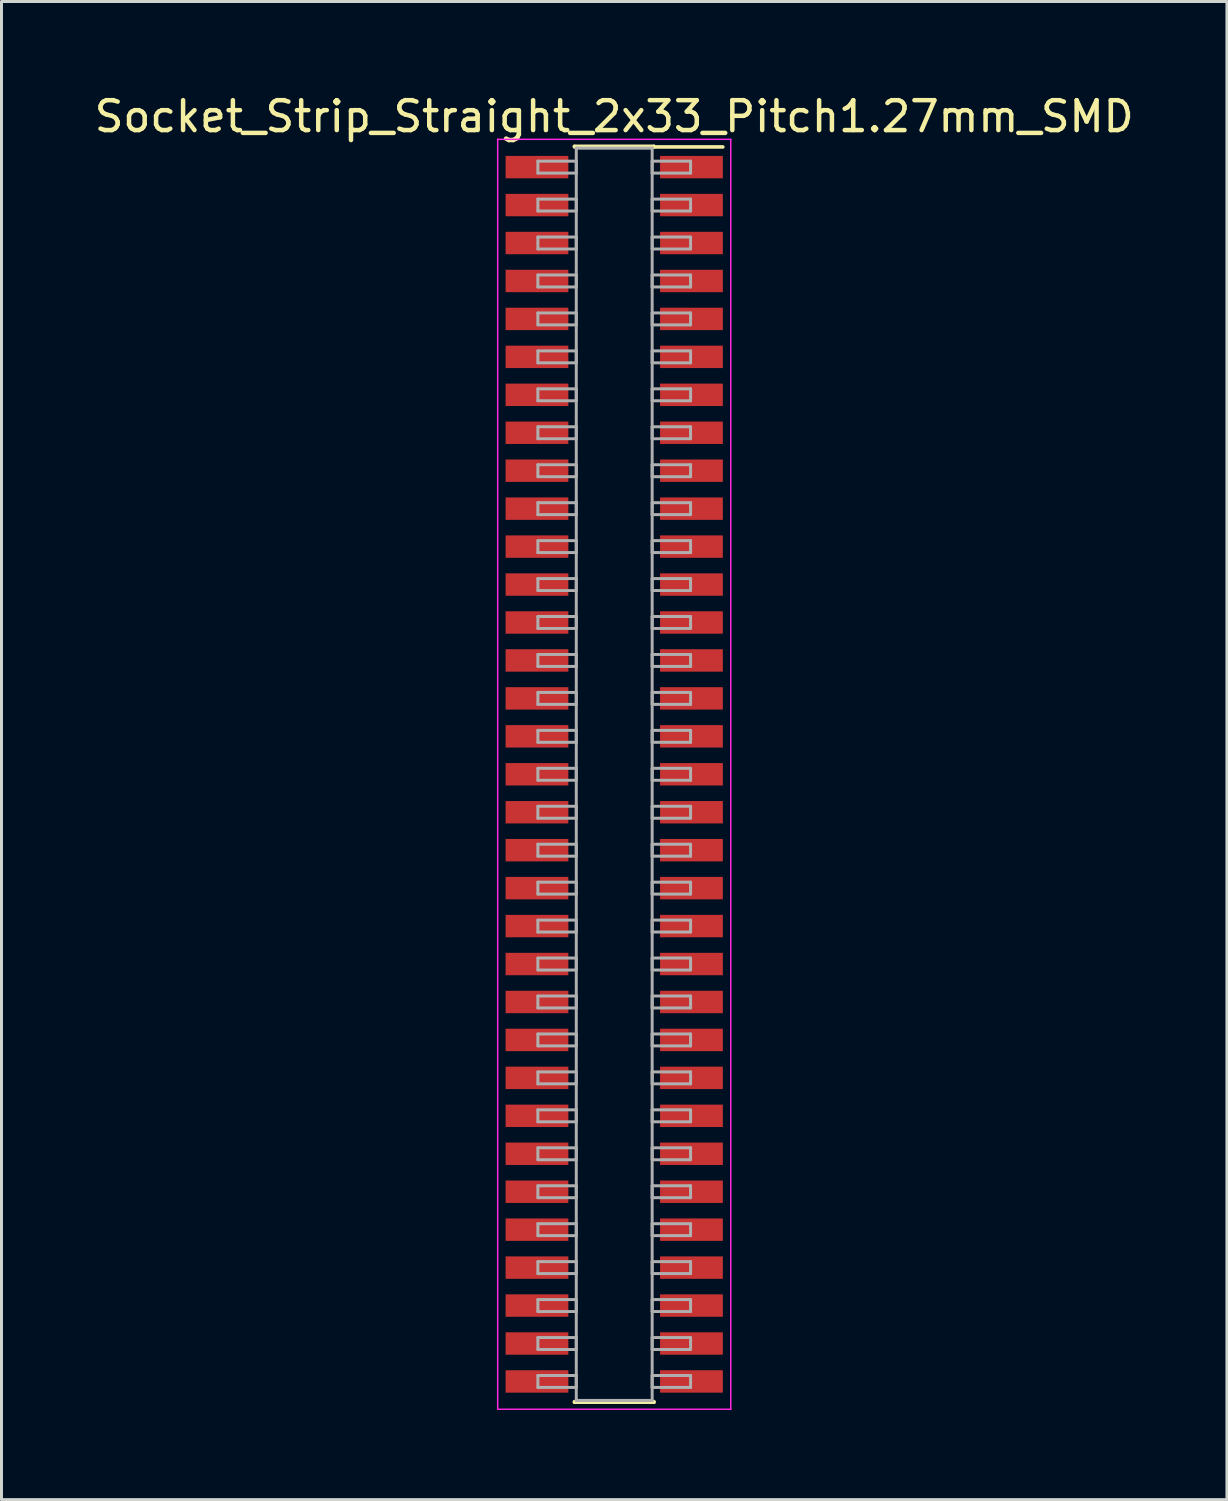
<source format=kicad_pcb>
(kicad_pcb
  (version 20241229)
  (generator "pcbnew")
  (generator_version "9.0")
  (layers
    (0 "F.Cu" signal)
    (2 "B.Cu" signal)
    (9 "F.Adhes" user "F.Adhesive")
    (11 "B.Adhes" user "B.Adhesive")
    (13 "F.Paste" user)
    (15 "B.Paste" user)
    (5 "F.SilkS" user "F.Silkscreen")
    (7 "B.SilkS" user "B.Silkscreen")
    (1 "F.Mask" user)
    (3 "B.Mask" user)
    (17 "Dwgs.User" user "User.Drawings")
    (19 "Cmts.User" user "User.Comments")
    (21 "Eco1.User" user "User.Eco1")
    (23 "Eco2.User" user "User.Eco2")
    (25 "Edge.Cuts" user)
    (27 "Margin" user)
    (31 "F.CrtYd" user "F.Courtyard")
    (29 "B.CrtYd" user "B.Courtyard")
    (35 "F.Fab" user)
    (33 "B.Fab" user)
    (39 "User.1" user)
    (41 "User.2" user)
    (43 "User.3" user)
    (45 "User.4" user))
  (footprint "Socket_Strip_Straight_2x33_Pitch1.27mm_SMD"
    (layer "F.Cu")
    (at 17.506 22.863)
    (property "Reference" "Socket_Strip_Straight_2x33_Pitch1.27mm_SMD" (at 0 -22.015 0) (layer "F.SilkS") (effects (font (size 1 1) (thickness 0.15))))
    (attr smd)
    (fp_line (start -1.33 -21.015) (end 1.33 -21.015) (stroke (width 0.12) (type solid)) (layer "F.SilkS"))
    (fp_line (start -1.33 -20.995) (end -1.33 -21.015) (stroke (width 0.12) (type solid)) (layer "F.SilkS"))
    (fp_line (start -1.33 20.995) (end -1.33 21.015) (stroke (width 0.12) (type solid)) (layer "F.SilkS"))
    (fp_line (start -1.33 21.015) (end 1.33 21.015) (stroke (width 0.12) (type solid)) (layer "F.SilkS"))
    (fp_line (start 1.33 -21.015) (end 1.33 -20.995) (stroke (width 0.12) (type solid)) (layer "F.SilkS"))
    (fp_line (start 1.33 21.015) (end 1.33 20.995) (stroke (width 0.12) (type solid)) (layer "F.SilkS"))
    (fp_line (start 3.635 -20.995) (end 1.33 -20.995) (stroke (width 0.12) (type solid)) (layer "F.SilkS"))
    (fp_line (start -3.9 -21.25) (end -3.9 21.25) (stroke (width 0.05) (type solid)) (layer "F.CrtYd"))
    (fp_line (start -3.9 21.25) (end 3.9 21.25) (stroke (width 0.05) (type solid)) (layer "F.CrtYd"))
    (fp_line (start 3.9 -21.25) (end -3.9 -21.25) (stroke (width 0.05) (type solid)) (layer "F.CrtYd"))
    (fp_line (start 3.9 21.25) (end 3.9 -21.25) (stroke (width 0.05) (type solid)) (layer "F.CrtYd"))
    (fp_line (start -2.555 -20.52) (end -1.27 -20.52) (stroke (width 0.1) (type solid)) (layer "F.Fab"))
    (fp_line (start -2.555 -20.12) (end -2.555 -20.52) (stroke (width 0.1) (type solid)) (layer "F.Fab"))
    (fp_line (start -2.555 -19.25) (end -1.27 -19.25) (stroke (width 0.1) (type solid)) (layer "F.Fab"))
    (fp_line (start -2.555 -18.85) (end -2.555 -19.25) (stroke (width 0.1) (type solid)) (layer "F.Fab"))
    (fp_line (start -2.555 -17.98) (end -1.27 -17.98) (stroke (width 0.1) (type solid)) (layer "F.Fab"))
    (fp_line (start -2.555 -17.58) (end -2.555 -17.98) (stroke (width 0.1) (type solid)) (layer "F.Fab"))
    (fp_line (start -2.555 -16.71) (end -1.27 -16.71) (stroke (width 0.1) (type solid)) (layer "F.Fab"))
    (fp_line (start -2.555 -16.31) (end -2.555 -16.71) (stroke (width 0.1) (type solid)) (layer "F.Fab"))
    (fp_line (start -2.555 -15.44) (end -1.27 -15.44) (stroke (width 0.1) (type solid)) (layer "F.Fab"))
    (fp_line (start -2.555 -15.04) (end -2.555 -15.44) (stroke (width 0.1) (type solid)) (layer "F.Fab"))
    (fp_line (start -2.555 -14.17) (end -1.27 -14.17) (stroke (width 0.1) (type solid)) (layer "F.Fab"))
    (fp_line (start -2.555 -13.77) (end -2.555 -14.17) (stroke (width 0.1) (type solid)) (layer "F.Fab"))
    (fp_line (start -2.555 -12.9) (end -1.27 -12.9) (stroke (width 0.1) (type solid)) (layer "F.Fab"))
    (fp_line (start -2.555 -12.5) (end -2.555 -12.9) (stroke (width 0.1) (type solid)) (layer "F.Fab"))
    (fp_line (start -2.555 -11.63) (end -1.27 -11.63) (stroke (width 0.1) (type solid)) (layer "F.Fab"))
    (fp_line (start -2.555 -11.23) (end -2.555 -11.63) (stroke (width 0.1) (type solid)) (layer "F.Fab"))
    (fp_line (start -2.555 -10.36) (end -1.27 -10.36) (stroke (width 0.1) (type solid)) (layer "F.Fab"))
    (fp_line (start -2.555 -9.96) (end -2.555 -10.36) (stroke (width 0.1) (type solid)) (layer "F.Fab"))
    (fp_line (start -2.555 -9.09) (end -1.27 -9.09) (stroke (width 0.1) (type solid)) (layer "F.Fab"))
    (fp_line (start -2.555 -8.69) (end -2.555 -9.09) (stroke (width 0.1) (type solid)) (layer "F.Fab"))
    (fp_line (start -2.555 -7.82) (end -1.27 -7.82) (stroke (width 0.1) (type solid)) (layer "F.Fab"))
    (fp_line (start -2.555 -7.42) (end -2.555 -7.82) (stroke (width 0.1) (type solid)) (layer "F.Fab"))
    (fp_line (start -2.555 -6.55) (end -1.27 -6.55) (stroke (width 0.1) (type solid)) (layer "F.Fab"))
    (fp_line (start -2.555 -6.15) (end -2.555 -6.55) (stroke (width 0.1) (type solid)) (layer "F.Fab"))
    (fp_line (start -2.555 -5.28) (end -1.27 -5.28) (stroke (width 0.1) (type solid)) (layer "F.Fab"))
    (fp_line (start -2.555 -4.88) (end -2.555 -5.28) (stroke (width 0.1) (type solid)) (layer "F.Fab"))
    (fp_line (start -2.555 -4.01) (end -1.27 -4.01) (stroke (width 0.1) (type solid)) (layer "F.Fab"))
    (fp_line (start -2.555 -3.61) (end -2.555 -4.01) (stroke (width 0.1) (type solid)) (layer "F.Fab"))
    (fp_line (start -2.555 -2.74) (end -1.27 -2.74) (stroke (width 0.1) (type solid)) (layer "F.Fab"))
    (fp_line (start -2.555 -2.34) (end -2.555 -2.74) (stroke (width 0.1) (type solid)) (layer "F.Fab"))
    (fp_line (start -2.555 -1.47) (end -1.27 -1.47) (stroke (width 0.1) (type solid)) (layer "F.Fab"))
    (fp_line (start -2.555 -1.07) (end -2.555 -1.47) (stroke (width 0.1) (type solid)) (layer "F.Fab"))
    (fp_line (start -2.555 -0.2) (end -1.27 -0.2) (stroke (width 0.1) (type solid)) (layer "F.Fab"))
    (fp_line (start -2.555 0.2) (end -2.555 -0.2) (stroke (width 0.1) (type solid)) (layer "F.Fab"))
    (fp_line (start -2.555 1.07) (end -1.27 1.07) (stroke (width 0.1) (type solid)) (layer "F.Fab"))
    (fp_line (start -2.555 1.47) (end -2.555 1.07) (stroke (width 0.1) (type solid)) (layer "F.Fab"))
    (fp_line (start -2.555 2.34) (end -1.27 2.34) (stroke (width 0.1) (type solid)) (layer "F.Fab"))
    (fp_line (start -2.555 2.74) (end -2.555 2.34) (stroke (width 0.1) (type solid)) (layer "F.Fab"))
    (fp_line (start -2.555 3.61) (end -1.27 3.61) (stroke (width 0.1) (type solid)) (layer "F.Fab"))
    (fp_line (start -2.555 4.01) (end -2.555 3.61) (stroke (width 0.1) (type solid)) (layer "F.Fab"))
    (fp_line (start -2.555 4.88) (end -1.27 4.88) (stroke (width 0.1) (type solid)) (layer "F.Fab"))
    (fp_line (start -2.555 5.28) (end -2.555 4.88) (stroke (width 0.1) (type solid)) (layer "F.Fab"))
    (fp_line (start -2.555 6.15) (end -1.27 6.15) (stroke (width 0.1) (type solid)) (layer "F.Fab"))
    (fp_line (start -2.555 6.55) (end -2.555 6.15) (stroke (width 0.1) (type solid)) (layer "F.Fab"))
    (fp_line (start -2.555 7.42) (end -1.27 7.42) (stroke (width 0.1) (type solid)) (layer "F.Fab"))
    (fp_line (start -2.555 7.82) (end -2.555 7.42) (stroke (width 0.1) (type solid)) (layer "F.Fab"))
    (fp_line (start -2.555 8.69) (end -1.27 8.69) (stroke (width 0.1) (type solid)) (layer "F.Fab"))
    (fp_line (start -2.555 9.09) (end -2.555 8.69) (stroke (width 0.1) (type solid)) (layer "F.Fab"))
    (fp_line (start -2.555 9.96) (end -1.27 9.96) (stroke (width 0.1) (type solid)) (layer "F.Fab"))
    (fp_line (start -2.555 10.36) (end -2.555 9.96) (stroke (width 0.1) (type solid)) (layer "F.Fab"))
    (fp_line (start -2.555 11.23) (end -1.27 11.23) (stroke (width 0.1) (type solid)) (layer "F.Fab"))
    (fp_line (start -2.555 11.63) (end -2.555 11.23) (stroke (width 0.1) (type solid)) (layer "F.Fab"))
    (fp_line (start -2.555 12.5) (end -1.27 12.5) (stroke (width 0.1) (type solid)) (layer "F.Fab"))
    (fp_line (start -2.555 12.9) (end -2.555 12.5) (stroke (width 0.1) (type solid)) (layer "F.Fab"))
    (fp_line (start -2.555 13.77) (end -1.27 13.77) (stroke (width 0.1) (type solid)) (layer "F.Fab"))
    (fp_line (start -2.555 14.17) (end -2.555 13.77) (stroke (width 0.1) (type solid)) (layer "F.Fab"))
    (fp_line (start -2.555 15.04) (end -1.27 15.04) (stroke (width 0.1) (type solid)) (layer "F.Fab"))
    (fp_line (start -2.555 15.44) (end -2.555 15.04) (stroke (width 0.1) (type solid)) (layer "F.Fab"))
    (fp_line (start -2.555 16.31) (end -1.27 16.31) (stroke (width 0.1) (type solid)) (layer "F.Fab"))
    (fp_line (start -2.555 16.71) (end -2.555 16.31) (stroke (width 0.1) (type solid)) (layer "F.Fab"))
    (fp_line (start -2.555 17.58) (end -1.27 17.58) (stroke (width 0.1) (type solid)) (layer "F.Fab"))
    (fp_line (start -2.555 17.98) (end -2.555 17.58) (stroke (width 0.1) (type solid)) (layer "F.Fab"))
    (fp_line (start -2.555 18.85) (end -1.27 18.85) (stroke (width 0.1) (type solid)) (layer "F.Fab"))
    (fp_line (start -2.555 19.25) (end -2.555 18.85) (stroke (width 0.1) (type solid)) (layer "F.Fab"))
    (fp_line (start -2.555 20.12) (end -1.27 20.12) (stroke (width 0.1) (type solid)) (layer "F.Fab"))
    (fp_line (start -2.555 20.52) (end -2.555 20.12) (stroke (width 0.1) (type solid)) (layer "F.Fab"))
    (fp_line (start -1.27 -20.955) (end -1.27 20.955) (stroke (width 0.1) (type solid)) (layer "F.Fab"))
    (fp_line (start -1.27 -20.52) (end -1.27 -20.12) (stroke (width 0.1) (type solid)) (layer "F.Fab"))
    (fp_line (start -1.27 -20.12) (end -2.555 -20.12) (stroke (width 0.1) (type solid)) (layer "F.Fab"))
    (fp_line (start -1.27 -19.25) (end -1.27 -18.85) (stroke (width 0.1) (type solid)) (layer "F.Fab"))
    (fp_line (start -1.27 -18.85) (end -2.555 -18.85) (stroke (width 0.1) (type solid)) (layer "F.Fab"))
    (fp_line (start -1.27 -17.98) (end -1.27 -17.58) (stroke (width 0.1) (type solid)) (layer "F.Fab"))
    (fp_line (start -1.27 -17.58) (end -2.555 -17.58) (stroke (width 0.1) (type solid)) (layer "F.Fab"))
    (fp_line (start -1.27 -16.71) (end -1.27 -16.31) (stroke (width 0.1) (type solid)) (layer "F.Fab"))
    (fp_line (start -1.27 -16.31) (end -2.555 -16.31) (stroke (width 0.1) (type solid)) (layer "F.Fab"))
    (fp_line (start -1.27 -15.44) (end -1.27 -15.04) (stroke (width 0.1) (type solid)) (layer "F.Fab"))
    (fp_line (start -1.27 -15.04) (end -2.555 -15.04) (stroke (width 0.1) (type solid)) (layer "F.Fab"))
    (fp_line (start -1.27 -14.17) (end -1.27 -13.77) (stroke (width 0.1) (type solid)) (layer "F.Fab"))
    (fp_line (start -1.27 -13.77) (end -2.555 -13.77) (stroke (width 0.1) (type solid)) (layer "F.Fab"))
    (fp_line (start -1.27 -12.9) (end -1.27 -12.5) (stroke (width 0.1) (type solid)) (layer "F.Fab"))
    (fp_line (start -1.27 -12.5) (end -2.555 -12.5) (stroke (width 0.1) (type solid)) (layer "F.Fab"))
    (fp_line (start -1.27 -11.63) (end -1.27 -11.23) (stroke (width 0.1) (type solid)) (layer "F.Fab"))
    (fp_line (start -1.27 -11.23) (end -2.555 -11.23) (stroke (width 0.1) (type solid)) (layer "F.Fab"))
    (fp_line (start -1.27 -10.36) (end -1.27 -9.96) (stroke (width 0.1) (type solid)) (layer "F.Fab"))
    (fp_line (start -1.27 -9.96) (end -2.555 -9.96) (stroke (width 0.1) (type solid)) (layer "F.Fab"))
    (fp_line (start -1.27 -9.09) (end -1.27 -8.69) (stroke (width 0.1) (type solid)) (layer "F.Fab"))
    (fp_line (start -1.27 -8.69) (end -2.555 -8.69) (stroke (width 0.1) (type solid)) (layer "F.Fab"))
    (fp_line (start -1.27 -7.82) (end -1.27 -7.42) (stroke (width 0.1) (type solid)) (layer "F.Fab"))
    (fp_line (start -1.27 -7.42) (end -2.555 -7.42) (stroke (width 0.1) (type solid)) (layer "F.Fab"))
    (fp_line (start -1.27 -6.55) (end -1.27 -6.15) (stroke (width 0.1) (type solid)) (layer "F.Fab"))
    (fp_line (start -1.27 -6.15) (end -2.555 -6.15) (stroke (width 0.1) (type solid)) (layer "F.Fab"))
    (fp_line (start -1.27 -5.28) (end -1.27 -4.88) (stroke (width 0.1) (type solid)) (layer "F.Fab"))
    (fp_line (start -1.27 -4.88) (end -2.555 -4.88) (stroke (width 0.1) (type solid)) (layer "F.Fab"))
    (fp_line (start -1.27 -4.01) (end -1.27 -3.61) (stroke (width 0.1) (type solid)) (layer "F.Fab"))
    (fp_line (start -1.27 -3.61) (end -2.555 -3.61) (stroke (width 0.1) (type solid)) (layer "F.Fab"))
    (fp_line (start -1.27 -2.74) (end -1.27 -2.34) (stroke (width 0.1) (type solid)) (layer "F.Fab"))
    (fp_line (start -1.27 -2.34) (end -2.555 -2.34) (stroke (width 0.1) (type solid)) (layer "F.Fab"))
    (fp_line (start -1.27 -1.47) (end -1.27 -1.07) (stroke (width 0.1) (type solid)) (layer "F.Fab"))
    (fp_line (start -1.27 -1.07) (end -2.555 -1.07) (stroke (width 0.1) (type solid)) (layer "F.Fab"))
    (fp_line (start -1.27 -0.2) (end -1.27 0.2) (stroke (width 0.1) (type solid)) (layer "F.Fab"))
    (fp_line (start -1.27 0.2) (end -2.555 0.2) (stroke (width 0.1) (type solid)) (layer "F.Fab"))
    (fp_line (start -1.27 1.07) (end -1.27 1.47) (stroke (width 0.1) (type solid)) (layer "F.Fab"))
    (fp_line (start -1.27 1.47) (end -2.555 1.47) (stroke (width 0.1) (type solid)) (layer "F.Fab"))
    (fp_line (start -1.27 2.34) (end -1.27 2.74) (stroke (width 0.1) (type solid)) (layer "F.Fab"))
    (fp_line (start -1.27 2.74) (end -2.555 2.74) (stroke (width 0.1) (type solid)) (layer "F.Fab"))
    (fp_line (start -1.27 3.61) (end -1.27 4.01) (stroke (width 0.1) (type solid)) (layer "F.Fab"))
    (fp_line (start -1.27 4.01) (end -2.555 4.01) (stroke (width 0.1) (type solid)) (layer "F.Fab"))
    (fp_line (start -1.27 4.88) (end -1.27 5.28) (stroke (width 0.1) (type solid)) (layer "F.Fab"))
    (fp_line (start -1.27 5.28) (end -2.555 5.28) (stroke (width 0.1) (type solid)) (layer "F.Fab"))
    (fp_line (start -1.27 6.15) (end -1.27 6.55) (stroke (width 0.1) (type solid)) (layer "F.Fab"))
    (fp_line (start -1.27 6.55) (end -2.555 6.55) (stroke (width 0.1) (type solid)) (layer "F.Fab"))
    (fp_line (start -1.27 7.42) (end -1.27 7.82) (stroke (width 0.1) (type solid)) (layer "F.Fab"))
    (fp_line (start -1.27 7.82) (end -2.555 7.82) (stroke (width 0.1) (type solid)) (layer "F.Fab"))
    (fp_line (start -1.27 8.69) (end -1.27 9.09) (stroke (width 0.1) (type solid)) (layer "F.Fab"))
    (fp_line (start -1.27 9.09) (end -2.555 9.09) (stroke (width 0.1) (type solid)) (layer "F.Fab"))
    (fp_line (start -1.27 9.96) (end -1.27 10.36) (stroke (width 0.1) (type solid)) (layer "F.Fab"))
    (fp_line (start -1.27 10.36) (end -2.555 10.36) (stroke (width 0.1) (type solid)) (layer "F.Fab"))
    (fp_line (start -1.27 11.23) (end -1.27 11.63) (stroke (width 0.1) (type solid)) (layer "F.Fab"))
    (fp_line (start -1.27 11.63) (end -2.555 11.63) (stroke (width 0.1) (type solid)) (layer "F.Fab"))
    (fp_line (start -1.27 12.5) (end -1.27 12.9) (stroke (width 0.1) (type solid)) (layer "F.Fab"))
    (fp_line (start -1.27 12.9) (end -2.555 12.9) (stroke (width 0.1) (type solid)) (layer "F.Fab"))
    (fp_line (start -1.27 13.77) (end -1.27 14.17) (stroke (width 0.1) (type solid)) (layer "F.Fab"))
    (fp_line (start -1.27 14.17) (end -2.555 14.17) (stroke (width 0.1) (type solid)) (layer "F.Fab"))
    (fp_line (start -1.27 15.04) (end -1.27 15.44) (stroke (width 0.1) (type solid)) (layer "F.Fab"))
    (fp_line (start -1.27 15.44) (end -2.555 15.44) (stroke (width 0.1) (type solid)) (layer "F.Fab"))
    (fp_line (start -1.27 16.31) (end -1.27 16.71) (stroke (width 0.1) (type solid)) (layer "F.Fab"))
    (fp_line (start -1.27 16.71) (end -2.555 16.71) (stroke (width 0.1) (type solid)) (layer "F.Fab"))
    (fp_line (start -1.27 17.58) (end -1.27 17.98) (stroke (width 0.1) (type solid)) (layer "F.Fab"))
    (fp_line (start -1.27 17.98) (end -2.555 17.98) (stroke (width 0.1) (type solid)) (layer "F.Fab"))
    (fp_line (start -1.27 18.85) (end -1.27 19.25) (stroke (width 0.1) (type solid)) (layer "F.Fab"))
    (fp_line (start -1.27 19.25) (end -2.555 19.25) (stroke (width 0.1) (type solid)) (layer "F.Fab"))
    (fp_line (start -1.27 20.12) (end -1.27 20.52) (stroke (width 0.1) (type solid)) (layer "F.Fab"))
    (fp_line (start -1.27 20.52) (end -2.555 20.52) (stroke (width 0.1) (type solid)) (layer "F.Fab"))
    (fp_line (start -1.27 20.955) (end 1.27 20.955) (stroke (width 0.1) (type solid)) (layer "F.Fab"))
    (fp_line (start 1.27 -20.955) (end -1.27 -20.955) (stroke (width 0.1) (type solid)) (layer "F.Fab"))
    (fp_line (start 1.27 -20.52) (end 1.27 -20.12) (stroke (width 0.1) (type solid)) (layer "F.Fab"))
    (fp_line (start 1.27 -20.12) (end 2.555 -20.12) (stroke (width 0.1) (type solid)) (layer "F.Fab"))
    (fp_line (start 1.27 -19.25) (end 1.27 -18.85) (stroke (width 0.1) (type solid)) (layer "F.Fab"))
    (fp_line (start 1.27 -18.85) (end 2.555 -18.85) (stroke (width 0.1) (type solid)) (layer "F.Fab"))
    (fp_line (start 1.27 -17.98) (end 1.27 -17.58) (stroke (width 0.1) (type solid)) (layer "F.Fab"))
    (fp_line (start 1.27 -17.58) (end 2.555 -17.58) (stroke (width 0.1) (type solid)) (layer "F.Fab"))
    (fp_line (start 1.27 -16.71) (end 1.27 -16.31) (stroke (width 0.1) (type solid)) (layer "F.Fab"))
    (fp_line (start 1.27 -16.31) (end 2.555 -16.31) (stroke (width 0.1) (type solid)) (layer "F.Fab"))
    (fp_line (start 1.27 -15.44) (end 1.27 -15.04) (stroke (width 0.1) (type solid)) (layer "F.Fab"))
    (fp_line (start 1.27 -15.04) (end 2.555 -15.04) (stroke (width 0.1) (type solid)) (layer "F.Fab"))
    (fp_line (start 1.27 -14.17) (end 1.27 -13.77) (stroke (width 0.1) (type solid)) (layer "F.Fab"))
    (fp_line (start 1.27 -13.77) (end 2.555 -13.77) (stroke (width 0.1) (type solid)) (layer "F.Fab"))
    (fp_line (start 1.27 -12.9) (end 1.27 -12.5) (stroke (width 0.1) (type solid)) (layer "F.Fab"))
    (fp_line (start 1.27 -12.5) (end 2.555 -12.5) (stroke (width 0.1) (type solid)) (layer "F.Fab"))
    (fp_line (start 1.27 -11.63) (end 1.27 -11.23) (stroke (width 0.1) (type solid)) (layer "F.Fab"))
    (fp_line (start 1.27 -11.23) (end 2.555 -11.23) (stroke (width 0.1) (type solid)) (layer "F.Fab"))
    (fp_line (start 1.27 -10.36) (end 1.27 -9.96) (stroke (width 0.1) (type solid)) (layer "F.Fab"))
    (fp_line (start 1.27 -9.96) (end 2.555 -9.96) (stroke (width 0.1) (type solid)) (layer "F.Fab"))
    (fp_line (start 1.27 -9.09) (end 1.27 -8.69) (stroke (width 0.1) (type solid)) (layer "F.Fab"))
    (fp_line (start 1.27 -8.69) (end 2.555 -8.69) (stroke (width 0.1) (type solid)) (layer "F.Fab"))
    (fp_line (start 1.27 -7.82) (end 1.27 -7.42) (stroke (width 0.1) (type solid)) (layer "F.Fab"))
    (fp_line (start 1.27 -7.42) (end 2.555 -7.42) (stroke (width 0.1) (type solid)) (layer "F.Fab"))
    (fp_line (start 1.27 -6.55) (end 1.27 -6.15) (stroke (width 0.1) (type solid)) (layer "F.Fab"))
    (fp_line (start 1.27 -6.15) (end 2.555 -6.15) (stroke (width 0.1) (type solid)) (layer "F.Fab"))
    (fp_line (start 1.27 -5.28) (end 1.27 -4.88) (stroke (width 0.1) (type solid)) (layer "F.Fab"))
    (fp_line (start 1.27 -4.88) (end 2.555 -4.88) (stroke (width 0.1) (type solid)) (layer "F.Fab"))
    (fp_line (start 1.27 -4.01) (end 1.27 -3.61) (stroke (width 0.1) (type solid)) (layer "F.Fab"))
    (fp_line (start 1.27 -3.61) (end 2.555 -3.61) (stroke (width 0.1) (type solid)) (layer "F.Fab"))
    (fp_line (start 1.27 -2.74) (end 1.27 -2.34) (stroke (width 0.1) (type solid)) (layer "F.Fab"))
    (fp_line (start 1.27 -2.34) (end 2.555 -2.34) (stroke (width 0.1) (type solid)) (layer "F.Fab"))
    (fp_line (start 1.27 -1.47) (end 1.27 -1.07) (stroke (width 0.1) (type solid)) (layer "F.Fab"))
    (fp_line (start 1.27 -1.07) (end 2.555 -1.07) (stroke (width 0.1) (type solid)) (layer "F.Fab"))
    (fp_line (start 1.27 -0.2) (end 1.27 0.2) (stroke (width 0.1) (type solid)) (layer "F.Fab"))
    (fp_line (start 1.27 0.2) (end 2.555 0.2) (stroke (width 0.1) (type solid)) (layer "F.Fab"))
    (fp_line (start 1.27 1.07) (end 1.27 1.47) (stroke (width 0.1) (type solid)) (layer "F.Fab"))
    (fp_line (start 1.27 1.47) (end 2.555 1.47) (stroke (width 0.1) (type solid)) (layer "F.Fab"))
    (fp_line (start 1.27 2.34) (end 1.27 2.74) (stroke (width 0.1) (type solid)) (layer "F.Fab"))
    (fp_line (start 1.27 2.74) (end 2.555 2.74) (stroke (width 0.1) (type solid)) (layer "F.Fab"))
    (fp_line (start 1.27 3.61) (end 1.27 4.01) (stroke (width 0.1) (type solid)) (layer "F.Fab"))
    (fp_line (start 1.27 4.01) (end 2.555 4.01) (stroke (width 0.1) (type solid)) (layer "F.Fab"))
    (fp_line (start 1.27 4.88) (end 1.27 5.28) (stroke (width 0.1) (type solid)) (layer "F.Fab"))
    (fp_line (start 1.27 5.28) (end 2.555 5.28) (stroke (width 0.1) (type solid)) (layer "F.Fab"))
    (fp_line (start 1.27 6.15) (end 1.27 6.55) (stroke (width 0.1) (type solid)) (layer "F.Fab"))
    (fp_line (start 1.27 6.55) (end 2.555 6.55) (stroke (width 0.1) (type solid)) (layer "F.Fab"))
    (fp_line (start 1.27 7.42) (end 1.27 7.82) (stroke (width 0.1) (type solid)) (layer "F.Fab"))
    (fp_line (start 1.27 7.82) (end 2.555 7.82) (stroke (width 0.1) (type solid)) (layer "F.Fab"))
    (fp_line (start 1.27 8.69) (end 1.27 9.09) (stroke (width 0.1) (type solid)) (layer "F.Fab"))
    (fp_line (start 1.27 9.09) (end 2.555 9.09) (stroke (width 0.1) (type solid)) (layer "F.Fab"))
    (fp_line (start 1.27 9.96) (end 1.27 10.36) (stroke (width 0.1) (type solid)) (layer "F.Fab"))
    (fp_line (start 1.27 10.36) (end 2.555 10.36) (stroke (width 0.1) (type solid)) (layer "F.Fab"))
    (fp_line (start 1.27 11.23) (end 1.27 11.63) (stroke (width 0.1) (type solid)) (layer "F.Fab"))
    (fp_line (start 1.27 11.63) (end 2.555 11.63) (stroke (width 0.1) (type solid)) (layer "F.Fab"))
    (fp_line (start 1.27 12.5) (end 1.27 12.9) (stroke (width 0.1) (type solid)) (layer "F.Fab"))
    (fp_line (start 1.27 12.9) (end 2.555 12.9) (stroke (width 0.1) (type solid)) (layer "F.Fab"))
    (fp_line (start 1.27 13.77) (end 1.27 14.17) (stroke (width 0.1) (type solid)) (layer "F.Fab"))
    (fp_line (start 1.27 14.17) (end 2.555 14.17) (stroke (width 0.1) (type solid)) (layer "F.Fab"))
    (fp_line (start 1.27 15.04) (end 1.27 15.44) (stroke (width 0.1) (type solid)) (layer "F.Fab"))
    (fp_line (start 1.27 15.44) (end 2.555 15.44) (stroke (width 0.1) (type solid)) (layer "F.Fab"))
    (fp_line (start 1.27 16.31) (end 1.27 16.71) (stroke (width 0.1) (type solid)) (layer "F.Fab"))
    (fp_line (start 1.27 16.71) (end 2.555 16.71) (stroke (width 0.1) (type solid)) (layer "F.Fab"))
    (fp_line (start 1.27 17.58) (end 1.27 17.98) (stroke (width 0.1) (type solid)) (layer "F.Fab"))
    (fp_line (start 1.27 17.98) (end 2.555 17.98) (stroke (width 0.1) (type solid)) (layer "F.Fab"))
    (fp_line (start 1.27 18.85) (end 1.27 19.25) (stroke (width 0.1) (type solid)) (layer "F.Fab"))
    (fp_line (start 1.27 19.25) (end 2.555 19.25) (stroke (width 0.1) (type solid)) (layer "F.Fab"))
    (fp_line (start 1.27 20.12) (end 1.27 20.52) (stroke (width 0.1) (type solid)) (layer "F.Fab"))
    (fp_line (start 1.27 20.52) (end 2.555 20.52) (stroke (width 0.1) (type solid)) (layer "F.Fab"))
    (fp_line (start 1.27 20.955) (end 1.27 -20.955) (stroke (width 0.1) (type solid)) (layer "F.Fab"))
    (fp_line (start 2.555 -20.52) (end 1.27 -20.52) (stroke (width 0.1) (type solid)) (layer "F.Fab"))
    (fp_line (start 2.555 -20.12) (end 2.555 -20.52) (stroke (width 0.1) (type solid)) (layer "F.Fab"))
    (fp_line (start 2.555 -19.25) (end 1.27 -19.25) (stroke (width 0.1) (type solid)) (layer "F.Fab"))
    (fp_line (start 2.555 -18.85) (end 2.555 -19.25) (stroke (width 0.1) (type solid)) (layer "F.Fab"))
    (fp_line (start 2.555 -17.98) (end 1.27 -17.98) (stroke (width 0.1) (type solid)) (layer "F.Fab"))
    (fp_line (start 2.555 -17.58) (end 2.555 -17.98) (stroke (width 0.1) (type solid)) (layer "F.Fab"))
    (fp_line (start 2.555 -16.71) (end 1.27 -16.71) (stroke (width 0.1) (type solid)) (layer "F.Fab"))
    (fp_line (start 2.555 -16.31) (end 2.555 -16.71) (stroke (width 0.1) (type solid)) (layer "F.Fab"))
    (fp_line (start 2.555 -15.44) (end 1.27 -15.44) (stroke (width 0.1) (type solid)) (layer "F.Fab"))
    (fp_line (start 2.555 -15.04) (end 2.555 -15.44) (stroke (width 0.1) (type solid)) (layer "F.Fab"))
    (fp_line (start 2.555 -14.17) (end 1.27 -14.17) (stroke (width 0.1) (type solid)) (layer "F.Fab"))
    (fp_line (start 2.555 -13.77) (end 2.555 -14.17) (stroke (width 0.1) (type solid)) (layer "F.Fab"))
    (fp_line (start 2.555 -12.9) (end 1.27 -12.9) (stroke (width 0.1) (type solid)) (layer "F.Fab"))
    (fp_line (start 2.555 -12.5) (end 2.555 -12.9) (stroke (width 0.1) (type solid)) (layer "F.Fab"))
    (fp_line (start 2.555 -11.63) (end 1.27 -11.63) (stroke (width 0.1) (type solid)) (layer "F.Fab"))
    (fp_line (start 2.555 -11.23) (end 2.555 -11.63) (stroke (width 0.1) (type solid)) (layer "F.Fab"))
    (fp_line (start 2.555 -10.36) (end 1.27 -10.36) (stroke (width 0.1) (type solid)) (layer "F.Fab"))
    (fp_line (start 2.555 -9.96) (end 2.555 -10.36) (stroke (width 0.1) (type solid)) (layer "F.Fab"))
    (fp_line (start 2.555 -9.09) (end 1.27 -9.09) (stroke (width 0.1) (type solid)) (layer "F.Fab"))
    (fp_line (start 2.555 -8.69) (end 2.555 -9.09) (stroke (width 0.1) (type solid)) (layer "F.Fab"))
    (fp_line (start 2.555 -7.82) (end 1.27 -7.82) (stroke (width 0.1) (type solid)) (layer "F.Fab"))
    (fp_line (start 2.555 -7.42) (end 2.555 -7.82) (stroke (width 0.1) (type solid)) (layer "F.Fab"))
    (fp_line (start 2.555 -6.55) (end 1.27 -6.55) (stroke (width 0.1) (type solid)) (layer "F.Fab"))
    (fp_line (start 2.555 -6.15) (end 2.555 -6.55) (stroke (width 0.1) (type solid)) (layer "F.Fab"))
    (fp_line (start 2.555 -5.28) (end 1.27 -5.28) (stroke (width 0.1) (type solid)) (layer "F.Fab"))
    (fp_line (start 2.555 -4.88) (end 2.555 -5.28) (stroke (width 0.1) (type solid)) (layer "F.Fab"))
    (fp_line (start 2.555 -4.01) (end 1.27 -4.01) (stroke (width 0.1) (type solid)) (layer "F.Fab"))
    (fp_line (start 2.555 -3.61) (end 2.555 -4.01) (stroke (width 0.1) (type solid)) (layer "F.Fab"))
    (fp_line (start 2.555 -2.74) (end 1.27 -2.74) (stroke (width 0.1) (type solid)) (layer "F.Fab"))
    (fp_line (start 2.555 -2.34) (end 2.555 -2.74) (stroke (width 0.1) (type solid)) (layer "F.Fab"))
    (fp_line (start 2.555 -1.47) (end 1.27 -1.47) (stroke (width 0.1) (type solid)) (layer "F.Fab"))
    (fp_line (start 2.555 -1.07) (end 2.555 -1.47) (stroke (width 0.1) (type solid)) (layer "F.Fab"))
    (fp_line (start 2.555 -0.2) (end 1.27 -0.2) (stroke (width 0.1) (type solid)) (layer "F.Fab"))
    (fp_line (start 2.555 0.2) (end 2.555 -0.2) (stroke (width 0.1) (type solid)) (layer "F.Fab"))
    (fp_line (start 2.555 1.07) (end 1.27 1.07) (stroke (width 0.1) (type solid)) (layer "F.Fab"))
    (fp_line (start 2.555 1.47) (end 2.555 1.07) (stroke (width 0.1) (type solid)) (layer "F.Fab"))
    (fp_line (start 2.555 2.34) (end 1.27 2.34) (stroke (width 0.1) (type solid)) (layer "F.Fab"))
    (fp_line (start 2.555 2.74) (end 2.555 2.34) (stroke (width 0.1) (type solid)) (layer "F.Fab"))
    (fp_line (start 2.555 3.61) (end 1.27 3.61) (stroke (width 0.1) (type solid)) (layer "F.Fab"))
    (fp_line (start 2.555 4.01) (end 2.555 3.61) (stroke (width 0.1) (type solid)) (layer "F.Fab"))
    (fp_line (start 2.555 4.88) (end 1.27 4.88) (stroke (width 0.1) (type solid)) (layer "F.Fab"))
    (fp_line (start 2.555 5.28) (end 2.555 4.88) (stroke (width 0.1) (type solid)) (layer "F.Fab"))
    (fp_line (start 2.555 6.15) (end 1.27 6.15) (stroke (width 0.1) (type solid)) (layer "F.Fab"))
    (fp_line (start 2.555 6.55) (end 2.555 6.15) (stroke (width 0.1) (type solid)) (layer "F.Fab"))
    (fp_line (start 2.555 7.42) (end 1.27 7.42) (stroke (width 0.1) (type solid)) (layer "F.Fab"))
    (fp_line (start 2.555 7.82) (end 2.555 7.42) (stroke (width 0.1) (type solid)) (layer "F.Fab"))
    (fp_line (start 2.555 8.69) (end 1.27 8.69) (stroke (width 0.1) (type solid)) (layer "F.Fab"))
    (fp_line (start 2.555 9.09) (end 2.555 8.69) (stroke (width 0.1) (type solid)) (layer "F.Fab"))
    (fp_line (start 2.555 9.96) (end 1.27 9.96) (stroke (width 0.1) (type solid)) (layer "F.Fab"))
    (fp_line (start 2.555 10.36) (end 2.555 9.96) (stroke (width 0.1) (type solid)) (layer "F.Fab"))
    (fp_line (start 2.555 11.23) (end 1.27 11.23) (stroke (width 0.1) (type solid)) (layer "F.Fab"))
    (fp_line (start 2.555 11.63) (end 2.555 11.23) (stroke (width 0.1) (type solid)) (layer "F.Fab"))
    (fp_line (start 2.555 12.5) (end 1.27 12.5) (stroke (width 0.1) (type solid)) (layer "F.Fab"))
    (fp_line (start 2.555 12.9) (end 2.555 12.5) (stroke (width 0.1) (type solid)) (layer "F.Fab"))
    (fp_line (start 2.555 13.77) (end 1.27 13.77) (stroke (width 0.1) (type solid)) (layer "F.Fab"))
    (fp_line (start 2.555 14.17) (end 2.555 13.77) (stroke (width 0.1) (type solid)) (layer "F.Fab"))
    (fp_line (start 2.555 15.04) (end 1.27 15.04) (stroke (width 0.1) (type solid)) (layer "F.Fab"))
    (fp_line (start 2.555 15.44) (end 2.555 15.04) (stroke (width 0.1) (type solid)) (layer "F.Fab"))
    (fp_line (start 2.555 16.31) (end 1.27 16.31) (stroke (width 0.1) (type solid)) (layer "F.Fab"))
    (fp_line (start 2.555 16.71) (end 2.555 16.31) (stroke (width 0.1) (type solid)) (layer "F.Fab"))
    (fp_line (start 2.555 17.58) (end 1.27 17.58) (stroke (width 0.1) (type solid)) (layer "F.Fab"))
    (fp_line (start 2.555 17.98) (end 2.555 17.58) (stroke (width 0.1) (type solid)) (layer "F.Fab"))
    (fp_line (start 2.555 18.85) (end 1.27 18.85) (stroke (width 0.1) (type solid)) (layer "F.Fab"))
    (fp_line (start 2.555 19.25) (end 2.555 18.85) (stroke (width 0.1) (type solid)) (layer "F.Fab"))
    (fp_line (start 2.555 20.12) (end 1.27 20.12) (stroke (width 0.1) (type solid)) (layer "F.Fab"))
    (fp_line (start 2.555 20.52) (end 2.555 20.12) (stroke (width 0.1) (type solid)) (layer "F.Fab"))
    (pad "1" smd rect (at 2.585 -20.32) (size 2.1 0.75) (layers "F.Cu" "F.Mask"))
    (pad "2" smd rect (at -2.585 -20.32) (size 2.1 0.75) (layers "F.Cu" "F.Mask"))
    (pad "3" smd rect (at 2.585 -19.05) (size 2.1 0.75) (layers "F.Cu" "F.Mask"))
    (pad "4" smd rect (at -2.585 -19.05) (size 2.1 0.75) (layers "F.Cu" "F.Mask"))
    (pad "5" smd rect (at 2.585 -17.78) (size 2.1 0.75) (layers "F.Cu" "F.Mask"))
    (pad "6" smd rect (at -2.585 -17.78) (size 2.1 0.75) (layers "F.Cu" "F.Mask"))
    (pad "7" smd rect (at 2.585 -16.51) (size 2.1 0.75) (layers "F.Cu" "F.Mask"))
    (pad "8" smd rect (at -2.585 -16.51) (size 2.1 0.75) (layers "F.Cu" "F.Mask"))
    (pad "9" smd rect (at 2.585 -15.24) (size 2.1 0.75) (layers "F.Cu" "F.Mask"))
    (pad "10" smd rect (at -2.585 -15.24) (size 2.1 0.75) (layers "F.Cu" "F.Mask"))
    (pad "11" smd rect (at 2.585 -13.97) (size 2.1 0.75) (layers "F.Cu" "F.Mask"))
    (pad "12" smd rect (at -2.585 -13.97) (size 2.1 0.75) (layers "F.Cu" "F.Mask"))
    (pad "13" smd rect (at 2.585 -12.7) (size 2.1 0.75) (layers "F.Cu" "F.Mask"))
    (pad "14" smd rect (at -2.585 -12.7) (size 2.1 0.75) (layers "F.Cu" "F.Mask"))
    (pad "15" smd rect (at 2.585 -11.43) (size 2.1 0.75) (layers "F.Cu" "F.Mask"))
    (pad "16" smd rect (at -2.585 -11.43) (size 2.1 0.75) (layers "F.Cu" "F.Mask"))
    (pad "17" smd rect (at 2.585 -10.16) (size 2.1 0.75) (layers "F.Cu" "F.Mask"))
    (pad "18" smd rect (at -2.585 -10.16) (size 2.1 0.75) (layers "F.Cu" "F.Mask"))
    (pad "19" smd rect (at 2.585 -8.89) (size 2.1 0.75) (layers "F.Cu" "F.Mask"))
    (pad "20" smd rect (at -2.585 -8.89) (size 2.1 0.75) (layers "F.Cu" "F.Mask"))
    (pad "21" smd rect (at 2.585 -7.62) (size 2.1 0.75) (layers "F.Cu" "F.Mask"))
    (pad "22" smd rect (at -2.585 -7.62) (size 2.1 0.75) (layers "F.Cu" "F.Mask"))
    (pad "23" smd rect (at 2.585 -6.35) (size 2.1 0.75) (layers "F.Cu" "F.Mask"))
    (pad "24" smd rect (at -2.585 -6.35) (size 2.1 0.75) (layers "F.Cu" "F.Mask"))
    (pad "25" smd rect (at 2.585 -5.08) (size 2.1 0.75) (layers "F.Cu" "F.Mask"))
    (pad "26" smd rect (at -2.585 -5.08) (size 2.1 0.75) (layers "F.Cu" "F.Mask"))
    (pad "27" smd rect (at 2.585 -3.81) (size 2.1 0.75) (layers "F.Cu" "F.Mask"))
    (pad "28" smd rect (at -2.585 -3.81) (size 2.1 0.75) (layers "F.Cu" "F.Mask"))
    (pad "29" smd rect (at 2.585 -2.54) (size 2.1 0.75) (layers "F.Cu" "F.Mask"))
    (pad "30" smd rect (at -2.585 -2.54) (size 2.1 0.75) (layers "F.Cu" "F.Mask"))
    (pad "31" smd rect (at 2.585 -1.27) (size 2.1 0.75) (layers "F.Cu" "F.Mask"))
    (pad "32" smd rect (at -2.585 -1.27) (size 2.1 0.75) (layers "F.Cu" "F.Mask"))
    (pad "33" smd rect (at 2.585 0) (size 2.1 0.75) (layers "F.Cu" "F.Mask"))
    (pad "34" smd rect (at -2.585 0) (size 2.1 0.75) (layers "F.Cu" "F.Mask"))
    (pad "35" smd rect (at 2.585 1.27) (size 2.1 0.75) (layers "F.Cu" "F.Mask"))
    (pad "36" smd rect (at -2.585 1.27) (size 2.1 0.75) (layers "F.Cu" "F.Mask"))
    (pad "37" smd rect (at 2.585 2.54) (size 2.1 0.75) (layers "F.Cu" "F.Mask"))
    (pad "38" smd rect (at -2.585 2.54) (size 2.1 0.75) (layers "F.Cu" "F.Mask"))
    (pad "39" smd rect (at 2.585 3.81) (size 2.1 0.75) (layers "F.Cu" "F.Mask"))
    (pad "40" smd rect (at -2.585 3.81) (size 2.1 0.75) (layers "F.Cu" "F.Mask"))
    (pad "41" smd rect (at 2.585 5.08) (size 2.1 0.75) (layers "F.Cu" "F.Mask"))
    (pad "42" smd rect (at -2.585 5.08) (size 2.1 0.75) (layers "F.Cu" "F.Mask"))
    (pad "43" smd rect (at 2.585 6.35) (size 2.1 0.75) (layers "F.Cu" "F.Mask"))
    (pad "44" smd rect (at -2.585 6.35) (size 2.1 0.75) (layers "F.Cu" "F.Mask"))
    (pad "45" smd rect (at 2.585 7.62) (size 2.1 0.75) (layers "F.Cu" "F.Mask"))
    (pad "46" smd rect (at -2.585 7.62) (size 2.1 0.75) (layers "F.Cu" "F.Mask"))
    (pad "47" smd rect (at 2.585 8.89) (size 2.1 0.75) (layers "F.Cu" "F.Mask"))
    (pad "48" smd rect (at -2.585 8.89) (size 2.1 0.75) (layers "F.Cu" "F.Mask"))
    (pad "49" smd rect (at 2.585 10.16) (size 2.1 0.75) (layers "F.Cu" "F.Mask"))
    (pad "50" smd rect (at -2.585 10.16) (size 2.1 0.75) (layers "F.Cu" "F.Mask"))
    (pad "51" smd rect (at 2.585 11.43) (size 2.1 0.75) (layers "F.Cu" "F.Mask"))
    (pad "52" smd rect (at -2.585 11.43) (size 2.1 0.75) (layers "F.Cu" "F.Mask"))
    (pad "53" smd rect (at 2.585 12.7) (size 2.1 0.75) (layers "F.Cu" "F.Mask"))
    (pad "54" smd rect (at -2.585 12.7) (size 2.1 0.75) (layers "F.Cu" "F.Mask"))
    (pad "55" smd rect (at 2.585 13.97) (size 2.1 0.75) (layers "F.Cu" "F.Mask"))
    (pad "56" smd rect (at -2.585 13.97) (size 2.1 0.75) (layers "F.Cu" "F.Mask"))
    (pad "57" smd rect (at 2.585 15.24) (size 2.1 0.75) (layers "F.Cu" "F.Mask"))
    (pad "58" smd rect (at -2.585 15.24) (size 2.1 0.75) (layers "F.Cu" "F.Mask"))
    (pad "59" smd rect (at 2.585 16.51) (size 2.1 0.75) (layers "F.Cu" "F.Mask"))
    (pad "60" smd rect (at -2.585 16.51) (size 2.1 0.75) (layers "F.Cu" "F.Mask"))
    (pad "61" smd rect (at 2.585 17.78) (size 2.1 0.75) (layers "F.Cu" "F.Mask"))
    (pad "62" smd rect (at -2.585 17.78) (size 2.1 0.75) (layers "F.Cu" "F.Mask"))
    (pad "63" smd rect (at 2.585 19.05) (size 2.1 0.75) (layers "F.Cu" "F.Mask"))
    (pad "64" smd rect (at -2.585 19.05) (size 2.1 0.75) (layers "F.Cu" "F.Mask"))
    (pad "65" smd rect (at 2.585 20.32) (size 2.1 0.75) (layers "F.Cu" "F.Mask"))
    (pad "66" smd rect (at -2.585 20.32) (size 2.1 0.75) (layers "F.Cu" "F.Mask")))
  (gr_rect
    (start -3 -3)
    (end 38.012 47.138)
    (stroke (width 0.1) (type default))
    (fill no)
    (layer "Edge.Cuts")))
</source>
